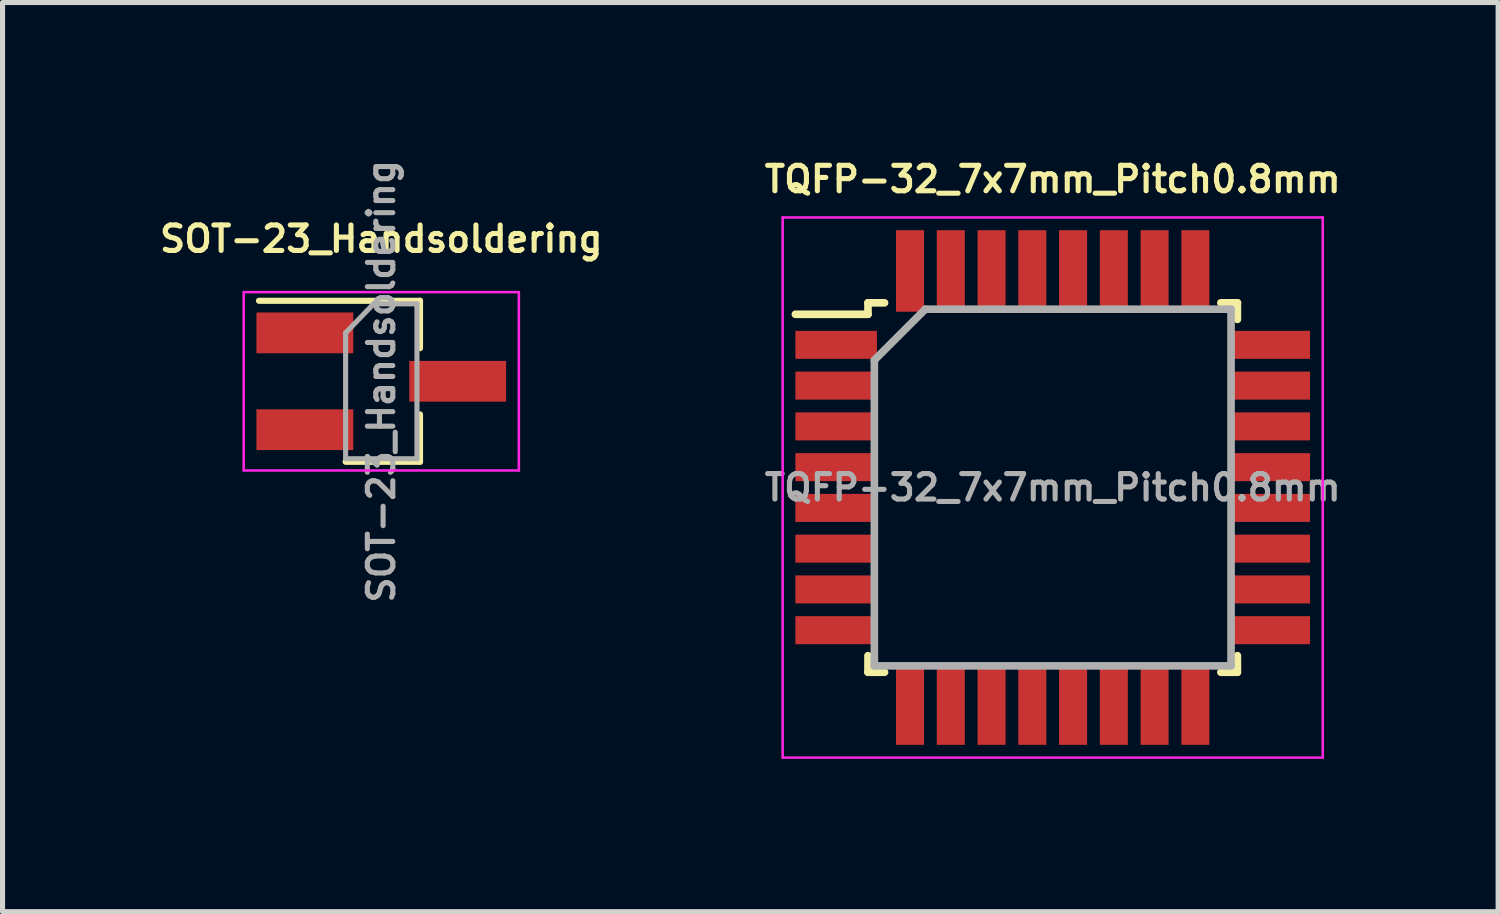
<source format=kicad_pcb>
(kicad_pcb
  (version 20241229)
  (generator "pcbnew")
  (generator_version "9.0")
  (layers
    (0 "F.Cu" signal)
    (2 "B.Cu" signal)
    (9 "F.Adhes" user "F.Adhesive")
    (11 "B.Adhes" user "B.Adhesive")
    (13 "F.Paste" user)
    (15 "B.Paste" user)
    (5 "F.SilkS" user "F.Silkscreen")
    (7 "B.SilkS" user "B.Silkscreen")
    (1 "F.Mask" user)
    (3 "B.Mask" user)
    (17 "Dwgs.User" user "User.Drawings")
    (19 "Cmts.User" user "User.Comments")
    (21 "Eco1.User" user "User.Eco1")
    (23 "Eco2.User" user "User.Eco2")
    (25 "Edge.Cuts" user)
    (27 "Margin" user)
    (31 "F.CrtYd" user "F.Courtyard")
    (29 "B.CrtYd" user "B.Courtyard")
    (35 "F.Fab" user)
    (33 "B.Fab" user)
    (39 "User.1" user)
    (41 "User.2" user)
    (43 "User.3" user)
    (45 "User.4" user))
  (footprint "TQFP-32_7x7mm_Pitch0.8mm"
    (layer "F.Cu")
    (at 17.61 6.518)
    (property "Reference" "TQFP-32_7x7mm_Pitch0.8mm" (at 0 -6.05 0) (layer "F.SilkS") (effects (font (size 0.5 0.5) (thickness 0.1))))
    (attr smd)
    (fp_line (start -3.625 -3.625) (end -3.625 -3.4) (stroke (width 0.15) (type solid)) (layer "F.SilkS"))
    (fp_line (start -3.625 -3.625) (end -3.3 -3.625) (stroke (width 0.15) (type solid)) (layer "F.SilkS"))
    (fp_line (start -3.625 -3.4) (end -5.05 -3.4) (stroke (width 0.15) (type solid)) (layer "F.SilkS"))
    (fp_line (start -3.625 3.625) (end -3.625 3.3) (stroke (width 0.15) (type solid)) (layer "F.SilkS"))
    (fp_line (start -3.625 3.625) (end -3.3 3.625) (stroke (width 0.15) (type solid)) (layer "F.SilkS"))
    (fp_line (start 3.625 -3.625) (end 3.3 -3.625) (stroke (width 0.15) (type solid)) (layer "F.SilkS"))
    (fp_line (start 3.625 -3.625) (end 3.625 -3.3) (stroke (width 0.15) (type solid)) (layer "F.SilkS"))
    (fp_line (start 3.625 3.625) (end 3.3 3.625) (stroke (width 0.15) (type solid)) (layer "F.SilkS"))
    (fp_line (start 3.625 3.625) (end 3.625 3.3) (stroke (width 0.15) (type solid)) (layer "F.SilkS"))
    (fp_line (start -5.3 -5.3) (end -5.3 5.3) (stroke (width 0.05) (type solid)) (layer "F.CrtYd"))
    (fp_line (start -5.3 -5.3) (end 5.3 -5.3) (stroke (width 0.05) (type solid)) (layer "F.CrtYd"))
    (fp_line (start -5.3 5.3) (end 5.3 5.3) (stroke (width 0.05) (type solid)) (layer "F.CrtYd"))
    (fp_line (start 5.3 -5.3) (end 5.3 5.3) (stroke (width 0.05) (type solid)) (layer "F.CrtYd"))
    (fp_line (start -3.5 -2.5) (end -2.5 -3.5) (stroke (width 0.15) (type solid)) (layer "F.Fab"))
    (fp_line (start -3.5 3.5) (end -3.5 -2.5) (stroke (width 0.15) (type solid)) (layer "F.Fab"))
    (fp_line (start -2.5 -3.5) (end 3.5 -3.5) (stroke (width 0.15) (type solid)) (layer "F.Fab"))
    (fp_line (start 3.5 -3.5) (end 3.5 3.5) (stroke (width 0.15) (type solid)) (layer "F.Fab"))
    (fp_line (start 3.5 3.5) (end -3.5 3.5) (stroke (width 0.15) (type solid)) (layer "F.Fab"))
    (fp_text user "${REFERENCE}" (at 0 0 0) (layer "F.Fab") (effects (font (size 0.5 0.5) (thickness 0.1))))
    (pad "1" smd rect (at -4.25 -2.8) (size 1.6 0.55) (layers "F.Cu" "F.Mask" "F.Paste"))
    (pad "2" smd rect (at -4.25 -2) (size 1.6 0.55) (layers "F.Cu" "F.Mask" "F.Paste"))
    (pad "3" smd rect (at -4.25 -1.2) (size 1.6 0.55) (layers "F.Cu" "F.Mask" "F.Paste"))
    (pad "4" smd rect (at -4.25 -0.4) (size 1.6 0.55) (layers "F.Cu" "F.Mask" "F.Paste"))
    (pad "5" smd rect (at -4.25 0.4) (size 1.6 0.55) (layers "F.Cu" "F.Mask" "F.Paste"))
    (pad "6" smd rect (at -4.25 1.2) (size 1.6 0.55) (layers "F.Cu" "F.Mask" "F.Paste"))
    (pad "7" smd rect (at -4.25 2) (size 1.6 0.55) (layers "F.Cu" "F.Mask" "F.Paste"))
    (pad "8" smd rect (at -4.25 2.8) (size 1.6 0.55) (layers "F.Cu" "F.Mask" "F.Paste"))
    (pad "9" smd rect (at -2.8 4.25 90) (size 1.6 0.55) (layers "F.Cu" "F.Mask" "F.Paste"))
    (pad "10" smd rect (at -2 4.25 90) (size 1.6 0.55) (layers "F.Cu" "F.Mask" "F.Paste"))
    (pad "11" smd rect (at -1.2 4.25 90) (size 1.6 0.55) (layers "F.Cu" "F.Mask" "F.Paste"))
    (pad "12" smd rect (at -0.4 4.25 90) (size 1.6 0.55) (layers "F.Cu" "F.Mask" "F.Paste"))
    (pad "13" smd rect (at 0.4 4.25 90) (size 1.6 0.55) (layers "F.Cu" "F.Mask" "F.Paste"))
    (pad "14" smd rect (at 1.2 4.25 90) (size 1.6 0.55) (layers "F.Cu" "F.Mask" "F.Paste"))
    (pad "15" smd rect (at 2 4.25 90) (size 1.6 0.55) (layers "F.Cu" "F.Mask" "F.Paste"))
    (pad "16" smd rect (at 2.8 4.25 90) (size 1.6 0.55) (layers "F.Cu" "F.Mask" "F.Paste"))
    (pad "17" smd rect (at 4.25 2.8) (size 1.6 0.55) (layers "F.Cu" "F.Mask" "F.Paste"))
    (pad "18" smd rect (at 4.25 2) (size 1.6 0.55) (layers "F.Cu" "F.Mask" "F.Paste"))
    (pad "19" smd rect (at 4.25 1.2) (size 1.6 0.55) (layers "F.Cu" "F.Mask" "F.Paste"))
    (pad "20" smd rect (at 4.25 0.4) (size 1.6 0.55) (layers "F.Cu" "F.Mask" "F.Paste"))
    (pad "21" smd rect (at 4.25 -0.4) (size 1.6 0.55) (layers "F.Cu" "F.Mask" "F.Paste"))
    (pad "22" smd rect (at 4.25 -1.2) (size 1.6 0.55) (layers "F.Cu" "F.Mask" "F.Paste"))
    (pad "23" smd rect (at 4.25 -2) (size 1.6 0.55) (layers "F.Cu" "F.Mask" "F.Paste"))
    (pad "24" smd rect (at 4.25 -2.8) (size 1.6 0.55) (layers "F.Cu" "F.Mask" "F.Paste"))
    (pad "25" smd rect (at 2.8 -4.25 90) (size 1.6 0.55) (layers "F.Cu" "F.Mask" "F.Paste"))
    (pad "26" smd rect (at 2 -4.25 90) (size 1.6 0.55) (layers "F.Cu" "F.Mask" "F.Paste"))
    (pad "27" smd rect (at 1.2 -4.25 90) (size 1.6 0.55) (layers "F.Cu" "F.Mask" "F.Paste"))
    (pad "28" smd rect (at 0.4 -4.25 90) (size 1.6 0.55) (layers "F.Cu" "F.Mask" "F.Paste"))
    (pad "29" smd rect (at -0.4 -4.25 90) (size 1.6 0.55) (layers "F.Cu" "F.Mask" "F.Paste"))
    (pad "30" smd rect (at -1.2 -4.25 90) (size 1.6 0.55) (layers "F.Cu" "F.Mask" "F.Paste"))
    (pad "31" smd rect (at -2 -4.25 90) (size 1.6 0.55) (layers "F.Cu" "F.Mask" "F.Paste"))
    (pad "32" smd rect (at -2.8 -4.25 90) (size 1.6 0.55) (layers "F.Cu" "F.Mask" "F.Paste")))
  (footprint "SOT-23_Handsoldering"
    (layer "F.Cu")
    (at 4.433 4.433)
    (property "Reference" "SOT-23_Handsoldering" (at 0 -2.794 0) (layer "F.SilkS") (effects (font (size 0.5 0.5) (thickness 0.1))))
    (attr smd)
    (fp_line (start 0.76 -1.58) (end -2.4 -1.58) (stroke (width 0.12) (type solid)) (layer "F.SilkS"))
    (fp_line (start 0.76 -1.58) (end 0.76 -0.65) (stroke (width 0.12) (type solid)) (layer "F.SilkS"))
    (fp_line (start 0.76 1.58) (end -0.7 1.58) (stroke (width 0.12) (type solid)) (layer "F.SilkS"))
    (fp_line (start 0.76 1.58) (end 0.76 0.65) (stroke (width 0.12) (type solid)) (layer "F.SilkS"))
    (fp_line (start -2.7 -1.75) (end 2.7 -1.75) (stroke (width 0.05) (type solid)) (layer "F.CrtYd"))
    (fp_line (start -2.7 1.75) (end -2.7 -1.75) (stroke (width 0.05) (type solid)) (layer "F.CrtYd"))
    (fp_line (start 2.7 -1.75) (end 2.7 1.75) (stroke (width 0.05) (type solid)) (layer "F.CrtYd"))
    (fp_line (start 2.7 1.75) (end -2.7 1.75) (stroke (width 0.05) (type solid)) (layer "F.CrtYd"))
    (fp_line (start -0.7 -0.95) (end -0.7 1.5) (stroke (width 0.1) (type solid)) (layer "F.Fab"))
    (fp_line (start -0.7 -0.95) (end -0.15 -1.52) (stroke (width 0.1) (type solid)) (layer "F.Fab"))
    (fp_line (start -0.7 1.52) (end 0.7 1.52) (stroke (width 0.1) (type solid)) (layer "F.Fab"))
    (fp_line (start -0.15 -1.52) (end 0.7 -1.52) (stroke (width 0.1) (type solid)) (layer "F.Fab"))
    (fp_line (start 0.7 -1.52) (end 0.7 1.52) (stroke (width 0.1) (type solid)) (layer "F.Fab"))
    (fp_text user "${REFERENCE}" (at 0 0 90) (layer "F.Fab") (effects (font (size 0.5 0.5) (thickness 0.1))))
    (pad "1" smd rect (at -1.5 -0.95) (size 1.9 0.8) (layers "F.Cu" "F.Mask" "F.Paste"))
    (pad "2" smd rect (at -1.5 0.95) (size 1.9 0.8) (layers "F.Cu" "F.Mask" "F.Paste"))
    (pad "3" smd rect (at 1.5 0) (size 1.9 0.8) (layers "F.Cu" "F.Mask" "F.Paste")))
  (gr_rect
    (start -3 -3)
    (end 26.352 14.843)
    (stroke (width 0.1) (type default))
    (fill no)
    (layer "Edge.Cuts")))
</source>
